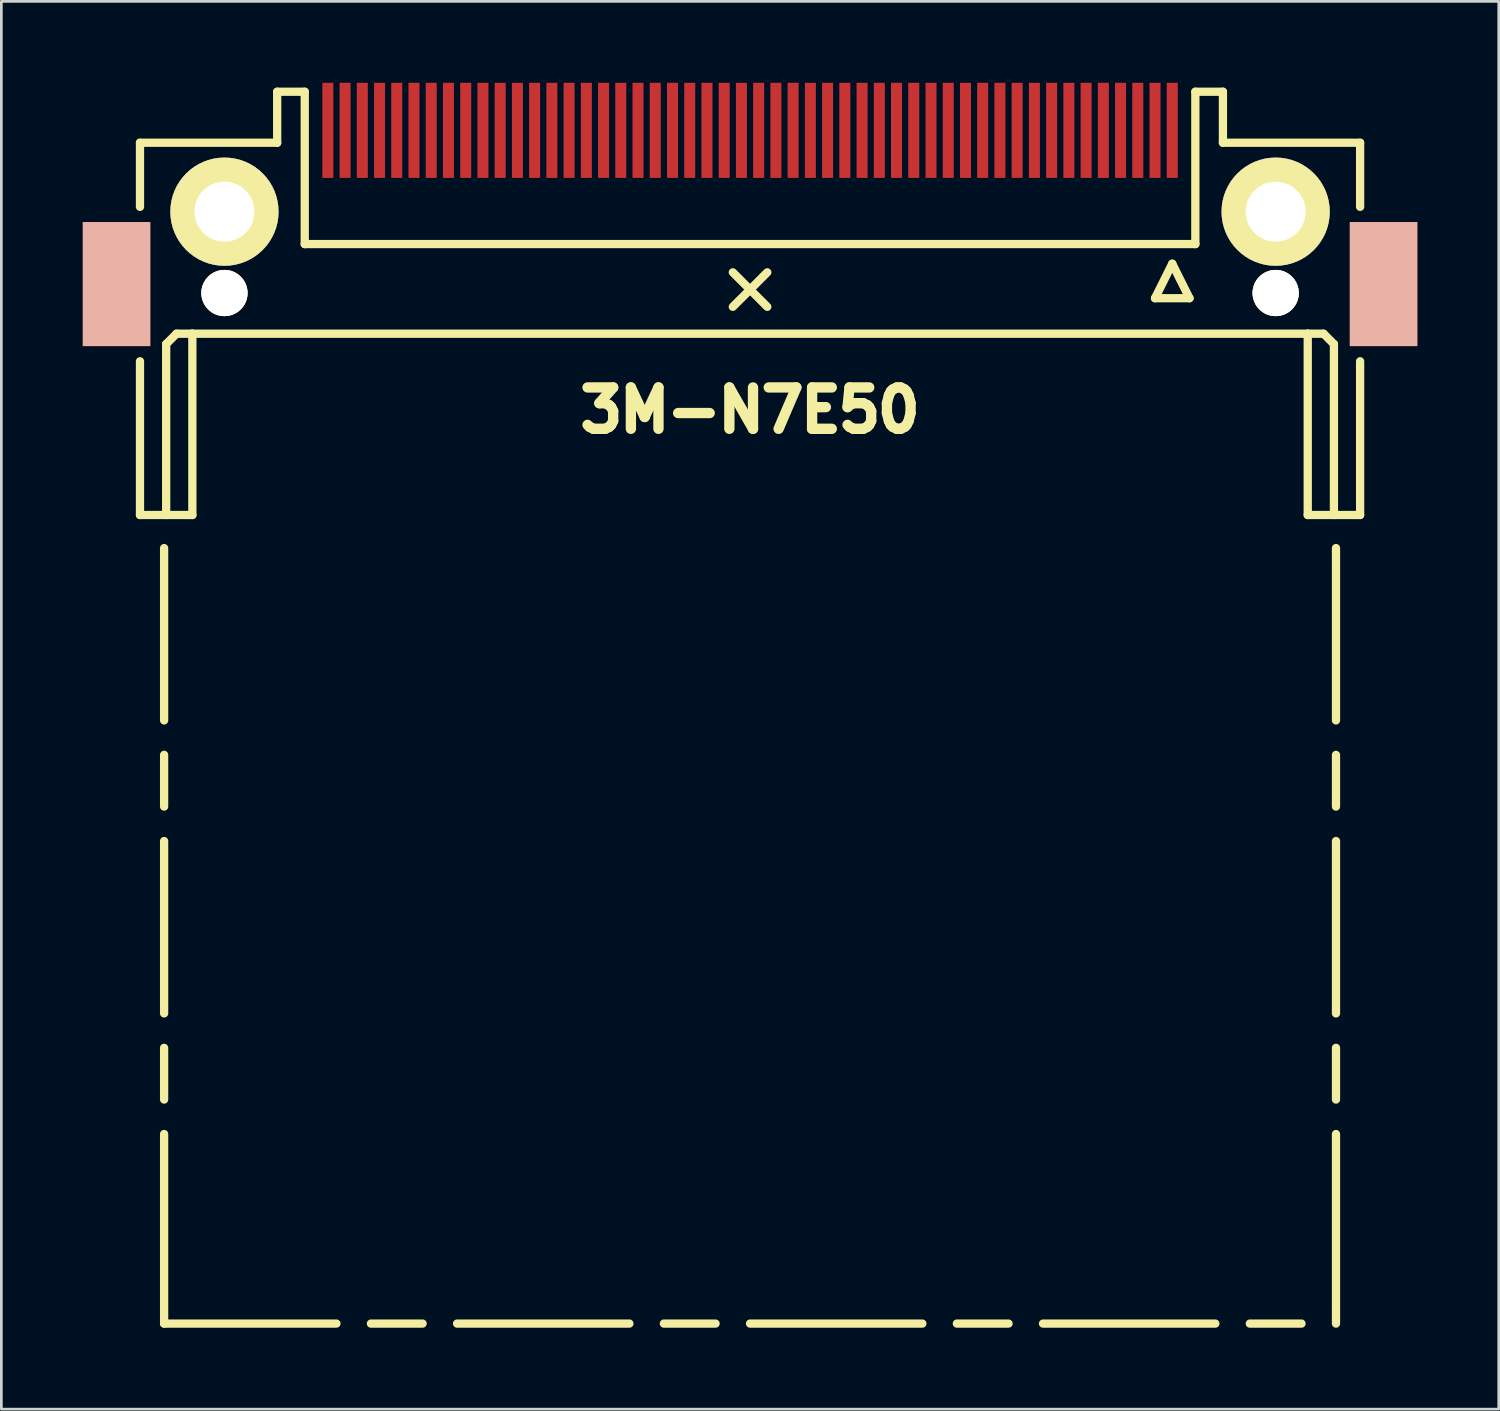
<source format=kicad_pcb>
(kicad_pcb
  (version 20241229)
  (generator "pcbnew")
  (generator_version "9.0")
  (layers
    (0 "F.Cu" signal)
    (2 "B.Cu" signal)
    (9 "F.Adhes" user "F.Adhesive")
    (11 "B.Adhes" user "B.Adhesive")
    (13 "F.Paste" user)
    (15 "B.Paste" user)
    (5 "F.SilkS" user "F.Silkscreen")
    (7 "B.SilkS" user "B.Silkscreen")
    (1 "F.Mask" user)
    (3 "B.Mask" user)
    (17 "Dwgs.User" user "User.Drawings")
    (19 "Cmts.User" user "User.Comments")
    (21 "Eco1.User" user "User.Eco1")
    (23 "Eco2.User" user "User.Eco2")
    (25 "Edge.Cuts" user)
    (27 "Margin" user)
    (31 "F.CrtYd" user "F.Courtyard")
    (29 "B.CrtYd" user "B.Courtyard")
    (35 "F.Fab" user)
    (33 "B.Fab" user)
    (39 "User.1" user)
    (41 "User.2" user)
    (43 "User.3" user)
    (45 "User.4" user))
  (footprint "3M-N7E50"
    (layer "F.Cu")
    (at 24.587 7.62)
    (property "Reference" "3M-N7E50" (at 0 4.445 0) (layer "F.SilkS") (effects (font (size 1.524 1.524) (thickness 0.381))))
    (attr through_hole)
    (fp_line (start -22.479 -5.41) (end -17.424 -5.41) (stroke (width 0.305) (type solid)) (layer "F.SilkS"))
    (fp_line (start -22.479 -3.048) (end -22.479 -5.41) (stroke (width 0.305) (type solid)) (layer "F.SilkS"))
    (fp_line (start -22.479 2.642) (end -22.479 8.306) (stroke (width 0.305) (type solid)) (layer "F.SilkS"))
    (fp_line (start -22.479 8.306) (end -20.549 8.306) (stroke (width 0.305) (type solid)) (layer "F.SilkS"))
    (fp_line (start -21.59 9.525) (end -21.59 15.875) (stroke (width 0.305) (type solid)) (layer "F.SilkS"))
    (fp_line (start -21.59 17.145) (end -21.59 19.05) (stroke (width 0.305) (type solid)) (layer "F.SilkS"))
    (fp_line (start -21.59 20.32) (end -21.59 26.67) (stroke (width 0.305) (type solid)) (layer "F.SilkS"))
    (fp_line (start -21.59 27.94) (end -21.59 29.845) (stroke (width 0.305) (type solid)) (layer "F.SilkS"))
    (fp_line (start -21.59 31.115) (end -21.59 38.1) (stroke (width 0.305) (type solid)) (layer "F.SilkS"))
    (fp_line (start -21.59 38.1) (end -15.24 38.1) (stroke (width 0.305) (type solid)) (layer "F.SilkS"))
    (fp_line (start -21.514 2.007) (end -21.133 1.626) (stroke (width 0.305) (type solid)) (layer "F.SilkS"))
    (fp_line (start -21.514 8.306) (end -21.514 2.007) (stroke (width 0.305) (type solid)) (layer "F.SilkS"))
    (fp_line (start -21.133 1.626) (end -20.549 1.626) (stroke (width 0.305) (type solid)) (layer "F.SilkS"))
    (fp_line (start -20.549 1.626) (end 20.549 1.626) (stroke (width 0.305) (type solid)) (layer "F.SilkS"))
    (fp_line (start -20.549 8.306) (end -20.549 1.626) (stroke (width 0.305) (type solid)) (layer "F.SilkS"))
    (fp_line (start -17.424 -7.29) (end -16.408 -7.29) (stroke (width 0.305) (type solid)) (layer "F.SilkS"))
    (fp_line (start -17.424 -5.41) (end -17.424 -7.29) (stroke (width 0.305) (type solid)) (layer "F.SilkS"))
    (fp_line (start -16.408 -7.29) (end -16.408 -1.676) (stroke (width 0.305) (type solid)) (layer "F.SilkS"))
    (fp_line (start -16.408 -1.676) (end 16.408 -1.676) (stroke (width 0.305) (type solid)) (layer "F.SilkS"))
    (fp_line (start -13.97 38.1) (end -12.065 38.1) (stroke (width 0.305) (type solid)) (layer "F.SilkS"))
    (fp_line (start -10.795 38.1) (end -4.445 38.1) (stroke (width 0.305) (type solid)) (layer "F.SilkS"))
    (fp_line (start -3.175 38.1) (end -1.27 38.1) (stroke (width 0.305) (type solid)) (layer "F.SilkS"))
    (fp_line (start -0.635 -0.635) (end 0.635 0.635) (stroke (width 0.305) (type solid)) (layer "F.SilkS"))
    (fp_line (start 0 38.1) (end 6.35 38.1) (stroke (width 0.305) (type solid)) (layer "F.SilkS"))
    (fp_line (start 0.635 -0.635) (end -0.635 0.635) (stroke (width 0.305) (type solid)) (layer "F.SilkS"))
    (fp_line (start 7.62 38.1) (end 9.525 38.1) (stroke (width 0.305) (type solid)) (layer "F.SilkS"))
    (fp_line (start 10.795 38.1) (end 17.145 38.1) (stroke (width 0.305) (type solid)) (layer "F.SilkS"))
    (fp_line (start 14.922 0.318) (end 16.192 0.318) (stroke (width 0.305) (type solid)) (layer "F.SilkS"))
    (fp_line (start 15.557 -0.953) (end 14.922 0.318) (stroke (width 0.305) (type solid)) (layer "F.SilkS"))
    (fp_line (start 16.192 0.318) (end 15.557 -0.953) (stroke (width 0.305) (type solid)) (layer "F.SilkS"))
    (fp_line (start 16.408 -7.29) (end 17.424 -7.29) (stroke (width 0.305) (type solid)) (layer "F.SilkS"))
    (fp_line (start 16.408 -1.676) (end 16.408 -7.29) (stroke (width 0.305) (type solid)) (layer "F.SilkS"))
    (fp_line (start 17.424 -7.29) (end 17.424 -5.41) (stroke (width 0.305) (type solid)) (layer "F.SilkS"))
    (fp_line (start 17.424 -5.41) (end 22.479 -5.41) (stroke (width 0.305) (type solid)) (layer "F.SilkS"))
    (fp_line (start 18.415 38.1) (end 20.32 38.1) (stroke (width 0.305) (type solid)) (layer "F.SilkS"))
    (fp_line (start 20.549 1.626) (end 20.549 8.306) (stroke (width 0.305) (type solid)) (layer "F.SilkS"))
    (fp_line (start 20.549 8.306) (end 22.479 8.306) (stroke (width 0.305) (type solid)) (layer "F.SilkS"))
    (fp_line (start 21.133 1.626) (end 20.549 1.626) (stroke (width 0.305) (type solid)) (layer "F.SilkS"))
    (fp_line (start 21.514 2.007) (end 21.133 1.626) (stroke (width 0.305) (type solid)) (layer "F.SilkS"))
    (fp_line (start 21.514 8.306) (end 21.514 2.007) (stroke (width 0.305) (type solid)) (layer "F.SilkS"))
    (fp_line (start 21.59 9.525) (end 21.59 15.875) (stroke (width 0.305) (type solid)) (layer "F.SilkS"))
    (fp_line (start 21.59 17.145) (end 21.59 19.05) (stroke (width 0.305) (type solid)) (layer "F.SilkS"))
    (fp_line (start 21.59 20.32) (end 21.59 26.67) (stroke (width 0.305) (type solid)) (layer "F.SilkS"))
    (fp_line (start 21.59 27.94) (end 21.59 29.845) (stroke (width 0.305) (type solid)) (layer "F.SilkS"))
    (fp_line (start 21.59 31.115) (end 21.59 38.1) (stroke (width 0.305) (type solid)) (layer "F.SilkS"))
    (fp_line (start 22.479 -5.41) (end 22.479 -3.048) (stroke (width 0.305) (type solid)) (layer "F.SilkS"))
    (fp_line (start 22.479 8.306) (end 22.479 2.642) (stroke (width 0.305) (type solid)) (layer "F.SilkS"))
    (pad "" smd rect (at -23.343 -0.203) (size 2.489 4.572) (layers "F.Cu" "F.Mask" "B.SilkS" "F.Paste"))
    (pad "" thru_hole circle (at -19.367 -2.87) (size 3.988 3.988) (drill 2.21) (layers "*.Cu" "*.Mask" "F.SilkS"))
    (pad "" thru_hole circle (at -19.367 0.127) (size 1.702 1.702) (drill 1.702) (layers "*.Cu" "*.Mask" "F.SilkS"))
    (pad "" thru_hole circle (at 19.367 -2.87) (size 3.988 3.988) (drill 2.21) (layers "*.Cu" "*.Mask" "F.SilkS"))
    (pad "" thru_hole circle (at 19.367 0.127) (size 1.702 1.702) (drill 1.702) (layers "*.Cu" "*.Mask" "F.SilkS"))
    (pad "" smd rect (at 23.343 -0.203) (size 2.489 4.572) (layers "F.Cu" "F.Mask" "B.SilkS" "F.Paste"))
    (pad "1" smd rect (at 15.557 -5.867) (size 0.406 3.505) (layers "F.Cu" "F.Mask" "F.Paste"))
    (pad "2" smd rect (at 14.287 -5.867) (size 0.406 3.505) (layers "F.Cu" "F.Mask" "F.Paste"))
    (pad "3" smd rect (at 13.018 -5.867) (size 0.406 3.505) (layers "F.Cu" "F.Mask" "F.Paste"))
    (pad "4" smd rect (at 11.748 -5.867) (size 0.406 3.505) (layers "F.Cu" "F.Mask" "F.Paste"))
    (pad "5" smd rect (at 10.477 -5.867) (size 0.406 3.505) (layers "F.Cu" "F.Mask" "F.Paste"))
    (pad "6" smd rect (at 9.207 -5.867) (size 0.406 3.505) (layers "F.Cu" "F.Mask" "F.Paste"))
    (pad "7" smd rect (at 7.938 -5.867) (size 0.406 3.505) (layers "F.Cu" "F.Mask" "F.Paste"))
    (pad "8" smd rect (at 6.668 -5.867) (size 0.406 3.505) (layers "F.Cu" "F.Mask" "F.Paste"))
    (pad "9" smd rect (at 5.397 -5.867) (size 0.406 3.505) (layers "F.Cu" "F.Mask" "F.Paste"))
    (pad "10" smd rect (at 4.128 -5.867) (size 0.406 3.505) (layers "F.Cu" "F.Mask" "F.Paste"))
    (pad "11" smd rect (at 2.857 -5.867) (size 0.406 3.505) (layers "F.Cu" "F.Mask" "F.Paste"))
    (pad "12" smd rect (at 1.587 -5.867) (size 0.406 3.505) (layers "F.Cu" "F.Mask" "F.Paste"))
    (pad "13" smd rect (at 0.318 -5.867) (size 0.406 3.505) (layers "F.Cu" "F.Mask" "F.Paste"))
    (pad "14" smd rect (at -0.953 -5.867) (size 0.406 3.505) (layers "F.Cu" "F.Mask" "F.Paste"))
    (pad "15" smd rect (at -2.223 -5.867) (size 0.406 3.505) (layers "F.Cu" "F.Mask" "F.Paste"))
    (pad "16" smd rect (at -3.493 -5.867) (size 0.406 3.505) (layers "F.Cu" "F.Mask" "F.Paste"))
    (pad "17" smd rect (at -4.763 -5.867) (size 0.406 3.505) (layers "F.Cu" "F.Mask" "F.Paste"))
    (pad "18" smd rect (at -6.032 -5.867) (size 0.406 3.505) (layers "F.Cu" "F.Mask" "F.Paste"))
    (pad "19" smd rect (at -7.303 -5.867) (size 0.406 3.505) (layers "F.Cu" "F.Mask" "F.Paste"))
    (pad "20" smd rect (at -8.572 -5.867) (size 0.406 3.505) (layers "F.Cu" "F.Mask" "F.Paste"))
    (pad "21" smd rect (at -9.842 -5.867) (size 0.406 3.505) (layers "F.Cu" "F.Mask" "F.Paste"))
    (pad "22" smd rect (at -11.113 -5.867) (size 0.406 3.505) (layers "F.Cu" "F.Mask" "F.Paste"))
    (pad "23" smd rect (at -12.383 -5.867) (size 0.406 3.505) (layers "F.Cu" "F.Mask" "F.Paste"))
    (pad "24" smd rect (at -13.652 -5.867) (size 0.406 3.505) (layers "F.Cu" "F.Mask" "F.Paste"))
    (pad "25" smd rect (at -14.922 -5.867) (size 0.406 3.505) (layers "F.Cu" "F.Mask" "F.Paste"))
    (pad "26" smd rect (at 14.922 -5.867) (size 0.406 3.505) (layers "F.Cu" "F.Mask" "F.Paste"))
    (pad "27" smd rect (at 13.652 -5.867) (size 0.406 3.505) (layers "F.Cu" "F.Mask" "F.Paste"))
    (pad "28" smd rect (at 12.383 -5.867) (size 0.406 3.505) (layers "F.Cu" "F.Mask" "F.Paste"))
    (pad "29" smd rect (at 11.113 -5.867) (size 0.406 3.505) (layers "F.Cu" "F.Mask" "F.Paste"))
    (pad "30" smd rect (at 9.842 -5.867) (size 0.406 3.505) (layers "F.Cu" "F.Mask" "F.Paste"))
    (pad "31" smd rect (at 8.572 -5.867) (size 0.406 3.505) (layers "F.Cu" "F.Mask" "F.Paste"))
    (pad "32" smd rect (at 7.303 -5.867) (size 0.406 3.505) (layers "F.Cu" "F.Mask" "F.Paste"))
    (pad "33" smd rect (at 6.032 -5.867) (size 0.406 3.505) (layers "F.Cu" "F.Mask" "F.Paste"))
    (pad "34" smd rect (at 4.763 -5.867) (size 0.406 3.505) (layers "F.Cu" "F.Mask" "F.Paste"))
    (pad "35" smd rect (at 3.493 -5.867) (size 0.406 3.505) (layers "F.Cu" "F.Mask" "F.Paste"))
    (pad "36" smd rect (at 2.223 -5.867) (size 0.406 3.505) (layers "F.Cu" "F.Mask" "F.Paste"))
    (pad "37" smd rect (at 0.953 -5.867) (size 0.406 3.505) (layers "F.Cu" "F.Mask" "F.Paste"))
    (pad "38" smd rect (at -0.318 -5.867) (size 0.406 3.505) (layers "F.Cu" "F.Mask" "F.Paste"))
    (pad "39" smd rect (at -1.587 -5.867) (size 0.406 3.505) (layers "F.Cu" "F.Mask" "F.Paste"))
    (pad "40" smd rect (at -2.857 -5.867) (size 0.406 3.505) (layers "F.Cu" "F.Mask" "F.Paste"))
    (pad "41" smd rect (at -4.128 -5.867) (size 0.406 3.505) (layers "F.Cu" "F.Mask" "F.Paste"))
    (pad "42" smd rect (at -5.397 -5.867) (size 0.406 3.505) (layers "F.Cu" "F.Mask" "F.Paste"))
    (pad "43" smd rect (at -6.668 -5.867) (size 0.406 3.505) (layers "F.Cu" "F.Mask" "F.Paste"))
    (pad "44" smd rect (at -7.938 -5.867) (size 0.406 3.505) (layers "F.Cu" "F.Mask" "F.Paste"))
    (pad "45" smd rect (at -9.207 -5.867) (size 0.406 3.505) (layers "F.Cu" "F.Mask" "F.Paste"))
    (pad "46" smd rect (at -10.477 -5.867) (size 0.406 3.505) (layers "F.Cu" "F.Mask" "F.Paste"))
    (pad "47" smd rect (at -11.748 -5.867) (size 0.406 3.505) (layers "F.Cu" "F.Mask" "F.Paste"))
    (pad "48" smd rect (at -13.018 -5.867) (size 0.406 3.505) (layers "F.Cu" "F.Mask" "F.Paste"))
    (pad "49" smd rect (at -14.287 -5.867) (size 0.406 3.505) (layers "F.Cu" "F.Mask" "F.Paste"))
    (pad "50" smd rect (at -15.557 -5.867) (size 0.406 3.505) (layers "F.Cu" "F.Mask" "F.Paste")))
  (gr_rect
    (start -3 -3)
    (end 52.174 48.872)
    (stroke (width 0.1) (type default))
    (fill no)
    (layer "Edge.Cuts")))
</source>
